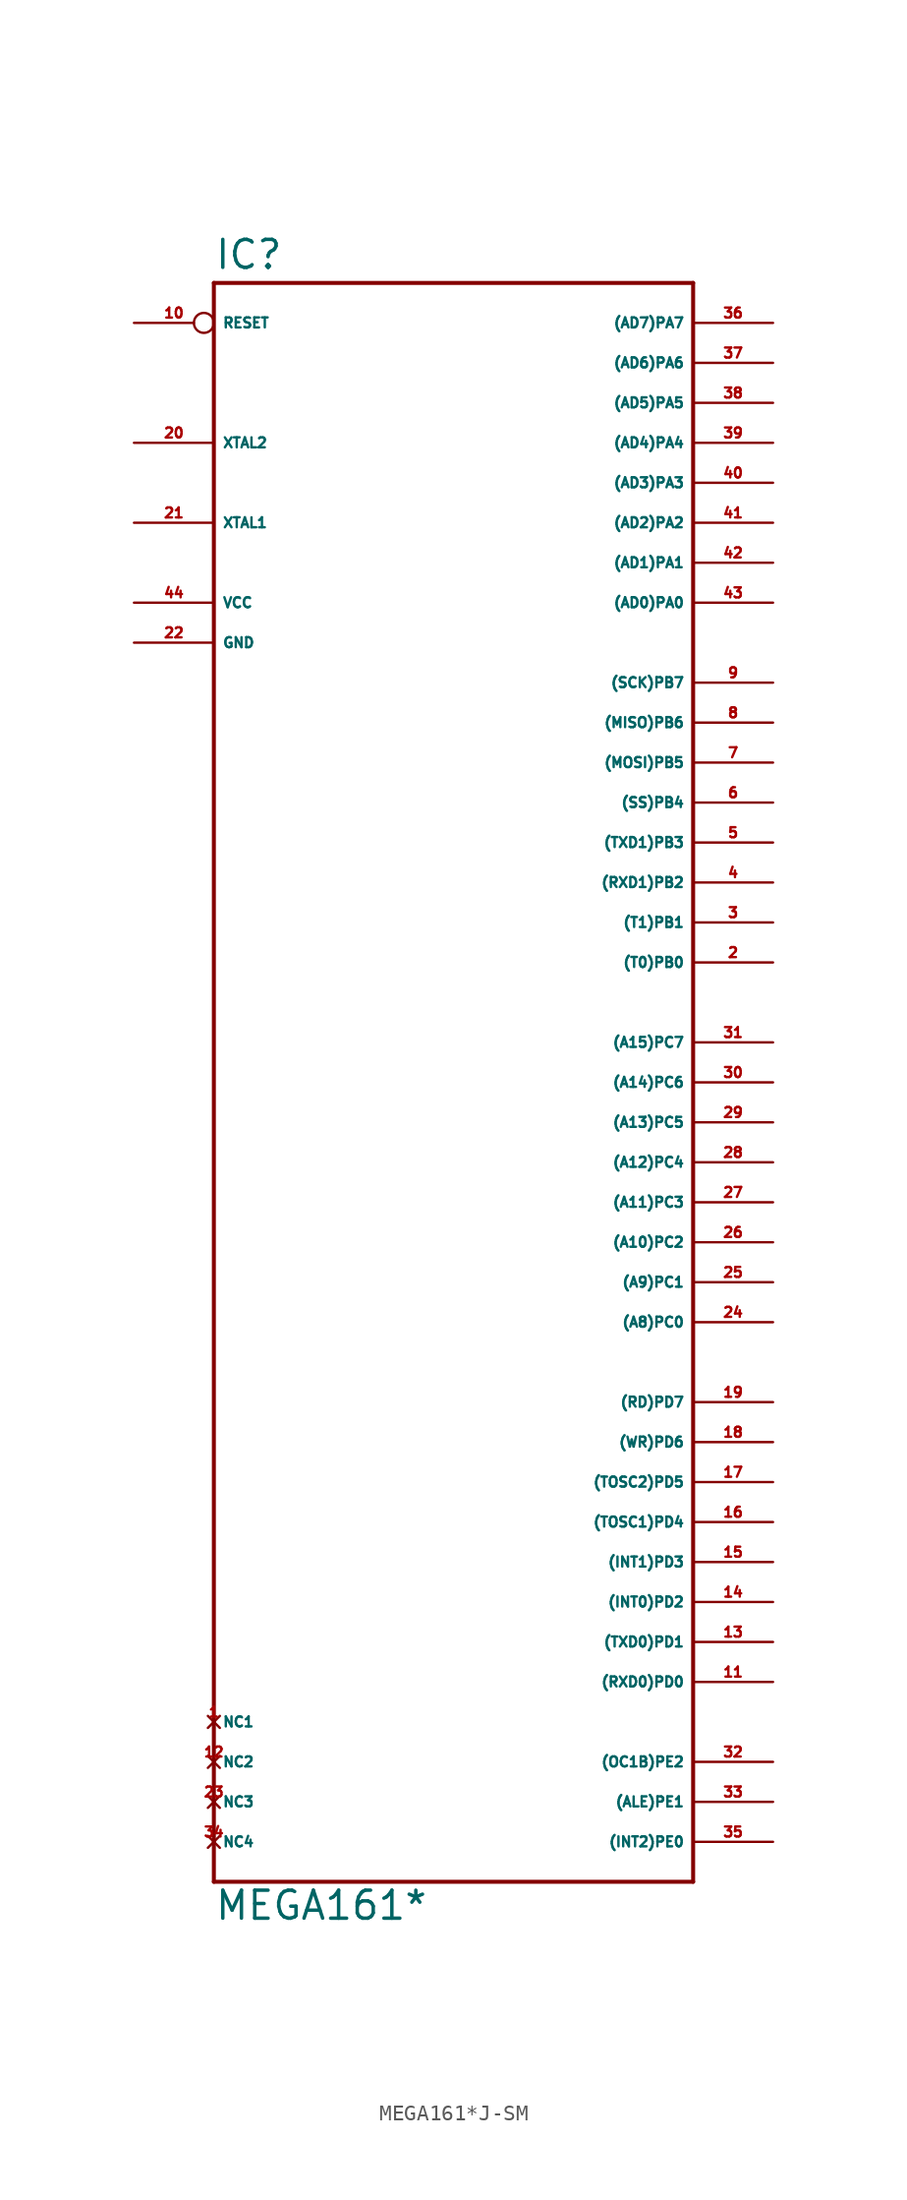
<source format=kicad_sym>
(kicad_symbol_lib
  (version 20220914)
  (generator Eagle2Kicad)
  (symbol "MEGA161*J-SM"
    (property "Reference" "IC"
      (at -15.24 43.942 0)
      (effects (font (size 1.778 1.778) (thickness 0.22)) (justify left bottom)))
    (property "Value" "MEGA161*"
      (at -15.24 -60.96 0)
      (effects (font (size 1.778 1.778) (thickness 0.22)) (justify left bottom)))
    (polyline
      (pts (xy -15.24 43.18) (xy 15.24 43.18))
      (stroke (width 0.254) (type default))
      (fill (type none)))
    (polyline
      (pts (xy 15.24 43.18) (xy 15.24 -58.42))
      (stroke (width 0.254) (type default))
      (fill (type none)))
    (polyline
      (pts (xy 15.24 -58.42) (xy -15.24 -58.42))
      (stroke (width 0.254) (type default))
      (fill (type none)))
    (polyline
      (pts (xy -15.24 -58.42) (xy -15.24 43.18))
      (stroke (width 0.254) (type default))
      (fill (type none)))
    (pin bidirectional line
      (at 20.32 40.64 180)
      (length 5.08)
      (name "(AD7)PA7" (effects (font (size 0.635 0.635) (thickness 0.08)) (justify left bottom)))
      (number "36" (effects (font (size 0.635 0.635) (thickness 0.08)) (justify left bottom))))
    (pin bidirectional line
      (at 20.32 38.1 180)
      (length 5.08)
      (name "(AD6)PA6" (effects (font (size 0.635 0.635) (thickness 0.08)) (justify left bottom)))
      (number "37" (effects (font (size 0.635 0.635) (thickness 0.08)) (justify left bottom))))
    (pin bidirectional line
      (at 20.32 35.56 180)
      (length 5.08)
      (name "(AD5)PA5" (effects (font (size 0.635 0.635) (thickness 0.08)) (justify left bottom)))
      (number "38" (effects (font (size 0.635 0.635) (thickness 0.08)) (justify left bottom))))
    (pin bidirectional line
      (at 20.32 33.02 180)
      (length 5.08)
      (name "(AD4)PA4" (effects (font (size 0.635 0.635) (thickness 0.08)) (justify left bottom)))
      (number "39" (effects (font (size 0.635 0.635) (thickness 0.08)) (justify left bottom))))
    (pin bidirectional line
      (at 20.32 30.48 180)
      (length 5.08)
      (name "(AD3)PA3" (effects (font (size 0.635 0.635) (thickness 0.08)) (justify left bottom)))
      (number "40" (effects (font (size 0.635 0.635) (thickness 0.08)) (justify left bottom))))
    (pin bidirectional line
      (at 20.32 27.94 180)
      (length 5.08)
      (name "(AD2)PA2" (effects (font (size 0.635 0.635) (thickness 0.08)) (justify left bottom)))
      (number "41" (effects (font (size 0.635 0.635) (thickness 0.08)) (justify left bottom))))
    (pin bidirectional line
      (at 20.32 25.4 180)
      (length 5.08)
      (name "(AD1)PA1" (effects (font (size 0.635 0.635) (thickness 0.08)) (justify left bottom)))
      (number "42" (effects (font (size 0.635 0.635) (thickness 0.08)) (justify left bottom))))
    (pin bidirectional line
      (at 20.32 22.86 180)
      (length 5.08)
      (name "(AD0)PA0" (effects (font (size 0.635 0.635) (thickness 0.08)) (justify left bottom)))
      (number "43" (effects (font (size 0.635 0.635) (thickness 0.08)) (justify left bottom))))
    (pin bidirectional line
      (at 20.32 17.78 180)
      (length 5.08)
      (name "(SCK)PB7" (effects (font (size 0.635 0.635) (thickness 0.08)) (justify left bottom)))
      (number "9" (effects (font (size 0.635 0.635) (thickness 0.08)) (justify left bottom))))
    (pin bidirectional line
      (at 20.32 15.24 180)
      (length 5.08)
      (name "(MISO)PB6" (effects (font (size 0.635 0.635) (thickness 0.08)) (justify left bottom)))
      (number "8" (effects (font (size 0.635 0.635) (thickness 0.08)) (justify left bottom))))
    (pin bidirectional line
      (at 20.32 12.7 180)
      (length 5.08)
      (name "(MOSI)PB5" (effects (font (size 0.635 0.635) (thickness 0.08)) (justify left bottom)))
      (number "7" (effects (font (size 0.635 0.635) (thickness 0.08)) (justify left bottom))))
    (pin bidirectional line
      (at 20.32 10.16 180)
      (length 5.08)
      (name "(SS)PB4" (effects (font (size 0.635 0.635) (thickness 0.08)) (justify left bottom)))
      (number "6" (effects (font (size 0.635 0.635) (thickness 0.08)) (justify left bottom))))
    (pin bidirectional line
      (at 20.32 7.62 180)
      (length 5.08)
      (name "(TXD1)PB3" (effects (font (size 0.635 0.635) (thickness 0.08)) (justify left bottom)))
      (number "5" (effects (font (size 0.635 0.635) (thickness 0.08)) (justify left bottom))))
    (pin bidirectional line
      (at 20.32 5.08 180)
      (length 5.08)
      (name "(RXD1)PB2" (effects (font (size 0.635 0.635) (thickness 0.08)) (justify left bottom)))
      (number "4" (effects (font (size 0.635 0.635) (thickness 0.08)) (justify left bottom))))
    (pin bidirectional line
      (at 20.32 2.54 180)
      (length 5.08)
      (name "(T1)PB1" (effects (font (size 0.635 0.635) (thickness 0.08)) (justify left bottom)))
      (number "3" (effects (font (size 0.635 0.635) (thickness 0.08)) (justify left bottom))))
    (pin bidirectional line
      (at 20.32 0 180)
      (length 5.08)
      (name "(T0)PB0" (effects (font (size 0.635 0.635) (thickness 0.08)) (justify left bottom)))
      (number "2" (effects (font (size 0.635 0.635) (thickness 0.08)) (justify left bottom))))
    (pin bidirectional line
      (at 20.32 -5.08 180)
      (length 5.08)
      (name "(A15)PC7" (effects (font (size 0.635 0.635) (thickness 0.08)) (justify left bottom)))
      (number "31" (effects (font (size 0.635 0.635) (thickness 0.08)) (justify left bottom))))
    (pin bidirectional line
      (at 20.32 -7.62 180)
      (length 5.08)
      (name "(A14)PC6" (effects (font (size 0.635 0.635) (thickness 0.08)) (justify left bottom)))
      (number "30" (effects (font (size 0.635 0.635) (thickness 0.08)) (justify left bottom))))
    (pin bidirectional line
      (at 20.32 -10.16 180)
      (length 5.08)
      (name "(A13)PC5" (effects (font (size 0.635 0.635) (thickness 0.08)) (justify left bottom)))
      (number "29" (effects (font (size 0.635 0.635) (thickness 0.08)) (justify left bottom))))
    (pin bidirectional line
      (at 20.32 -12.7 180)
      (length 5.08)
      (name "(A12)PC4" (effects (font (size 0.635 0.635) (thickness 0.08)) (justify left bottom)))
      (number "28" (effects (font (size 0.635 0.635) (thickness 0.08)) (justify left bottom))))
    (pin bidirectional line
      (at 20.32 -15.24 180)
      (length 5.08)
      (name "(A11)PC3" (effects (font (size 0.635 0.635) (thickness 0.08)) (justify left bottom)))
      (number "27" (effects (font (size 0.635 0.635) (thickness 0.08)) (justify left bottom))))
    (pin bidirectional line
      (at 20.32 -17.78 180)
      (length 5.08)
      (name "(A10)PC2" (effects (font (size 0.635 0.635) (thickness 0.08)) (justify left bottom)))
      (number "26" (effects (font (size 0.635 0.635) (thickness 0.08)) (justify left bottom))))
    (pin bidirectional line
      (at 20.32 -20.32 180)
      (length 5.08)
      (name "(A9)PC1" (effects (font (size 0.635 0.635) (thickness 0.08)) (justify left bottom)))
      (number "25" (effects (font (size 0.635 0.635) (thickness 0.08)) (justify left bottom))))
    (pin bidirectional line
      (at 20.32 -22.86 180)
      (length 5.08)
      (name "(A8)PC0" (effects (font (size 0.635 0.635) (thickness 0.08)) (justify left bottom)))
      (number "24" (effects (font (size 0.635 0.635) (thickness 0.08)) (justify left bottom))))
    (pin bidirectional line
      (at 20.32 -27.94 180)
      (length 5.08)
      (name "(RD)PD7" (effects (font (size 0.635 0.635) (thickness 0.08)) (justify left bottom)))
      (number "19" (effects (font (size 0.635 0.635) (thickness 0.08)) (justify left bottom))))
    (pin bidirectional line
      (at 20.32 -30.48 180)
      (length 5.08)
      (name "(WR)PD6" (effects (font (size 0.635 0.635) (thickness 0.08)) (justify left bottom)))
      (number "18" (effects (font (size 0.635 0.635) (thickness 0.08)) (justify left bottom))))
    (pin bidirectional line
      (at 20.32 -33.02 180)
      (length 5.08)
      (name "(TOSC2)PD5" (effects (font (size 0.635 0.635) (thickness 0.08)) (justify left bottom)))
      (number "17" (effects (font (size 0.635 0.635) (thickness 0.08)) (justify left bottom))))
    (pin bidirectional line
      (at 20.32 -35.56 180)
      (length 5.08)
      (name "(TOSC1)PD4" (effects (font (size 0.635 0.635) (thickness 0.08)) (justify left bottom)))
      (number "16" (effects (font (size 0.635 0.635) (thickness 0.08)) (justify left bottom))))
    (pin bidirectional line
      (at 20.32 -38.1 180)
      (length 5.08)
      (name "(INT1)PD3" (effects (font (size 0.635 0.635) (thickness 0.08)) (justify left bottom)))
      (number "15" (effects (font (size 0.635 0.635) (thickness 0.08)) (justify left bottom))))
    (pin bidirectional line
      (at 20.32 -40.64 180)
      (length 5.08)
      (name "(INT0)PD2" (effects (font (size 0.635 0.635) (thickness 0.08)) (justify left bottom)))
      (number "14" (effects (font (size 0.635 0.635) (thickness 0.08)) (justify left bottom))))
    (pin bidirectional line
      (at 20.32 -43.18 180)
      (length 5.08)
      (name "(TXD0)PD1" (effects (font (size 0.635 0.635) (thickness 0.08)) (justify left bottom)))
      (number "13" (effects (font (size 0.635 0.635) (thickness 0.08)) (justify left bottom))))
    (pin bidirectional line
      (at 20.32 -45.72 180)
      (length 5.08)
      (name "(RXD0)PD0" (effects (font (size 0.635 0.635) (thickness 0.08)) (justify left bottom)))
      (number "11" (effects (font (size 0.635 0.635) (thickness 0.08)) (justify left bottom))))
    (pin bidirectional line
      (at 20.32 -50.8 180)
      (length 5.08)
      (name "(OC1B)PE2" (effects (font (size 0.635 0.635) (thickness 0.08)) (justify left bottom)))
      (number "32" (effects (font (size 0.635 0.635) (thickness 0.08)) (justify left bottom))))
    (pin bidirectional line
      (at 20.32 -53.34 180)
      (length 5.08)
      (name "(ALE)PE1" (effects (font (size 0.635 0.635) (thickness 0.08)) (justify left bottom)))
      (number "33" (effects (font (size 0.635 0.635) (thickness 0.08)) (justify left bottom))))
    (pin bidirectional line
      (at 20.32 -55.88 180)
      (length 5.08)
      (name "(INT2)PE0" (effects (font (size 0.635 0.635) (thickness 0.08)) (justify left bottom)))
      (number "35" (effects (font (size 0.635 0.635) (thickness 0.08)) (justify left bottom))))
    (pin input inverted
      (at -20.32 40.64 0)
      (length 5.08)
      (name "RESET" (effects (font (size 0.635 0.635) (thickness 0.08)) (justify left bottom)))
      (number "10" (effects (font (size 0.635 0.635) (thickness 0.08)) (justify left bottom))))
    (pin unspecified line
      (at -20.32 22.86 0)
      (length 5.08)
      (name "VCC" (effects (font (size 0.635 0.635) (thickness 0.08)) (justify left bottom)))
      (number "44" (effects (font (size 0.635 0.635) (thickness 0.08)) (justify left bottom))))
    (pin unspecified line
      (at -20.32 20.32 0)
      (length 5.08)
      (name "GND" (effects (font (size 0.635 0.635) (thickness 0.08)) (justify left bottom)))
      (number "22" (effects (font (size 0.635 0.635) (thickness 0.08)) (justify left bottom))))
    (pin input line
      (at -20.32 33.02 0)
      (length 5.08)
      (name "XTAL2" (effects (font (size 0.635 0.635) (thickness 0.08)) (justify left bottom)))
      (number "20" (effects (font (size 0.635 0.635) (thickness 0.08)) (justify left bottom))))
    (pin input line
      (at -20.32 27.94 0)
      (length 5.08)
      (name "XTAL1" (effects (font (size 0.635 0.635) (thickness 0.08)) (justify left bottom)))
      (number "21" (effects (font (size 0.635 0.635) (thickness 0.08)) (justify left bottom))))
    (pin no_connect line
      (at -15.24 -48.26 0)
      (length 0)
      (name "NC1" (effects (font (size 0.635 0.635) (thickness 0.08)) (justify left bottom) hide))
      (number "1" (effects (font (size 0.635 0.635) (thickness 0.08)) (justify left bottom) hide)))
    (pin no_connect line
      (at -15.24 -50.8 0)
      (length 0)
      (name "NC2" (effects (font (size 0.635 0.635) (thickness 0.08)) (justify left bottom) hide))
      (number "12" (effects (font (size 0.635 0.635) (thickness 0.08)) (justify left bottom) hide)))
    (pin no_connect line
      (at -15.24 -53.34 0)
      (length 0)
      (name "NC3" (effects (font (size 0.635 0.635) (thickness 0.08)) (justify left bottom) hide))
      (number "23" (effects (font (size 0.635 0.635) (thickness 0.08)) (justify left bottom) hide)))
    (pin no_connect line
      (at -15.24 -55.88 0)
      (length 0)
      (name "NC4" (effects (font (size 0.635 0.635) (thickness 0.08)) (justify left bottom) hide))
      (number "34" (effects (font (size 0.635 0.635) (thickness 0.08)) (justify left bottom) hide)))))
</source>
